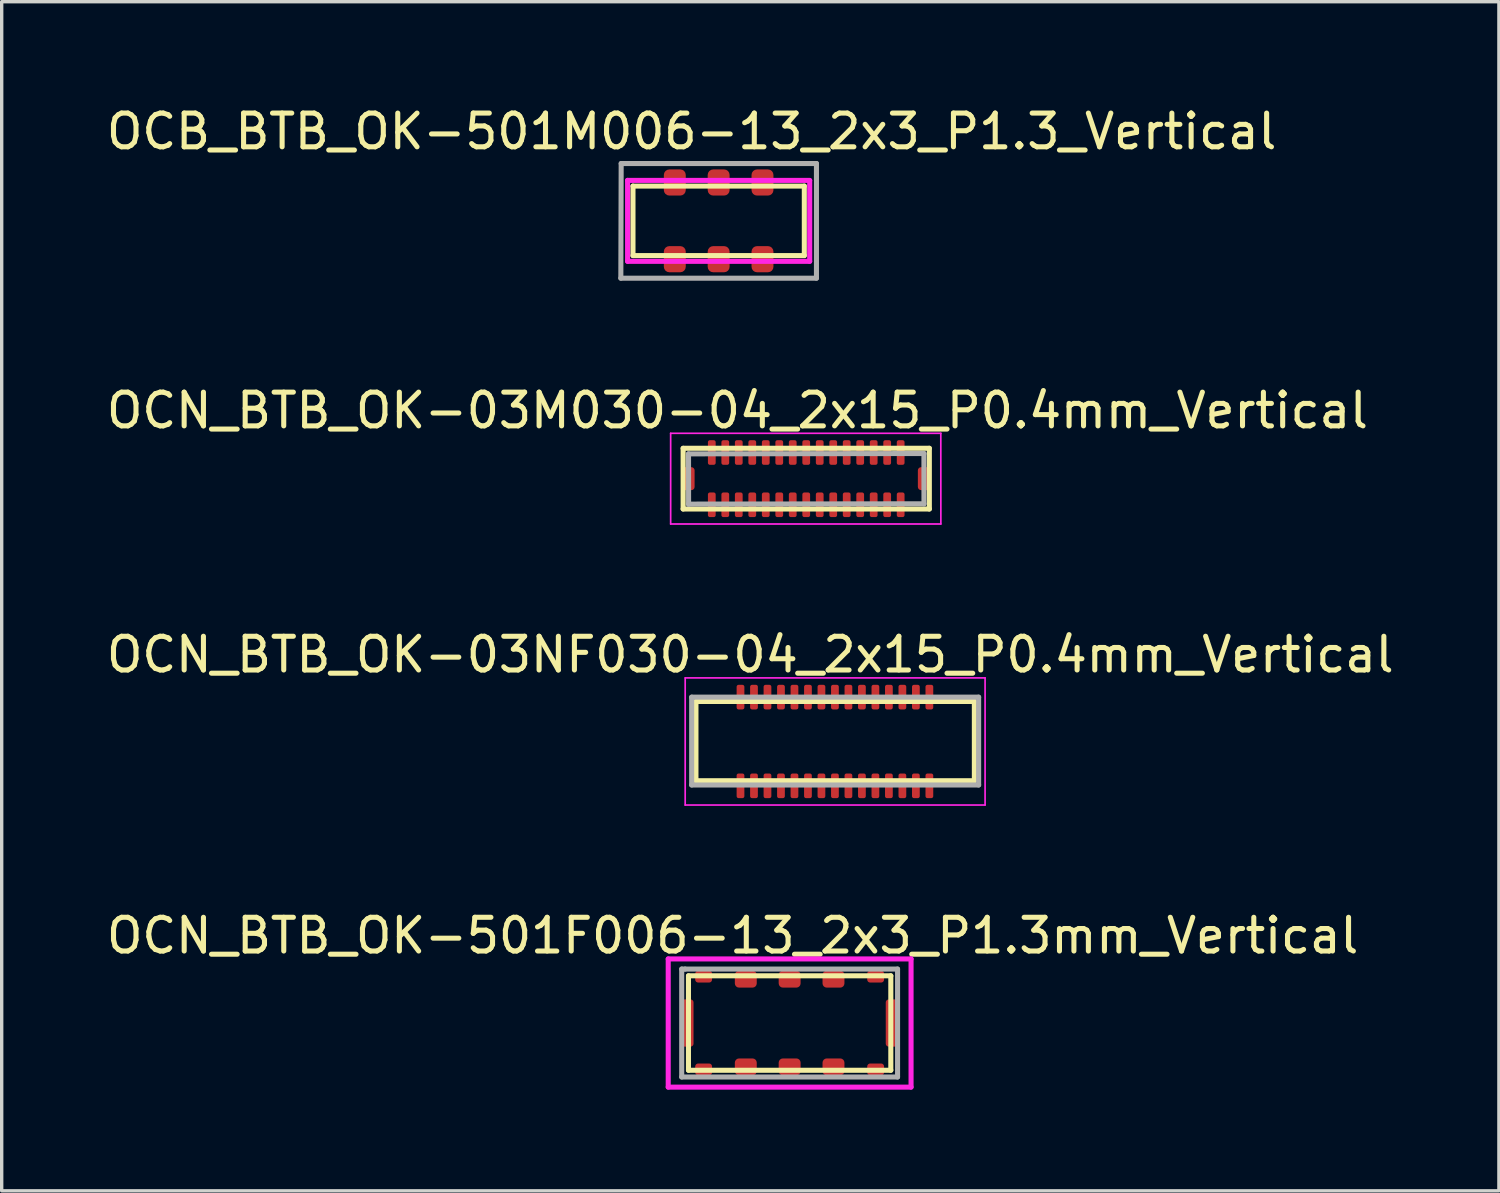
<source format=kicad_pcb>
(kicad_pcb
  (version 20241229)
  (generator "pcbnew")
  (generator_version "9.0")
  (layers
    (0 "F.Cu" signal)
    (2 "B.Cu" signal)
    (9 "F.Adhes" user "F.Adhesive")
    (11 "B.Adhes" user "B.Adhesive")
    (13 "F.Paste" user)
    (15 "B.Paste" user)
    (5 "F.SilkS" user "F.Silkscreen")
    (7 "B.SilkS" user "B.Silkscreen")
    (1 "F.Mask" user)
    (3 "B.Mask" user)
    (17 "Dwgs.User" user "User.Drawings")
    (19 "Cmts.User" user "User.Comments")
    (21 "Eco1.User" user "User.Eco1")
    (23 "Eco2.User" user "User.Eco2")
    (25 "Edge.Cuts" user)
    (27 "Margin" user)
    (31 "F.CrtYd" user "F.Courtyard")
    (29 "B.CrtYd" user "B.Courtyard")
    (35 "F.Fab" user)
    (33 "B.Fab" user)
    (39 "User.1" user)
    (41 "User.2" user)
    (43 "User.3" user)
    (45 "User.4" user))
  (footprint "OCB_BTB_OK-501M006-13_2x3_P1.3_Vertical"
    (layer "F.Cu")
    (at 18.258 3.498)
    (property "Reference" "OCB_BTB_OK-501M006-13_2x3_P1.3_Vertical" (at -0.8 -2.65 0) (layer "F.SilkS") (effects (font (size 1 1) (thickness 0.15))))
    (attr smd)
    (fp_line (start -2.54 -1.03) (end -2.54 1.03) (stroke (width 0.15) (type solid)) (layer "F.SilkS"))
    (fp_line (start -2.54 -1.03) (end 2.54 -1.03) (stroke (width 0.15) (type solid)) (layer "F.SilkS"))
    (fp_line (start -2.54 1.03) (end 2.54 1.03) (stroke (width 0.15) (type solid)) (layer "F.SilkS"))
    (fp_line (start 2.54 -1.03) (end 2.54 1.03) (stroke (width 0.15) (type solid)) (layer "F.SilkS"))
    (fp_line (start -2.7 -1.2) (end -2.7 1.2) (stroke (width 0.15) (type solid)) (layer "F.CrtYd"))
    (fp_line (start -2.7 1.2) (end 2.7 1.2) (stroke (width 0.15) (type solid)) (layer "F.CrtYd"))
    (fp_line (start 2.7 -1.2) (end -2.7 -1.2) (stroke (width 0.15) (type solid)) (layer "F.CrtYd"))
    (fp_line (start 2.7 1.2) (end 2.7 -1.19) (stroke (width 0.15) (type solid)) (layer "F.CrtYd"))
    (fp_line (start -2.9 1.7) (end -2.89 -1.7) (stroke (width 0.15) (type solid)) (layer "F.Fab"))
    (fp_line (start -2.89 -1.7) (end 2.9 -1.7) (stroke (width 0.15) (type solid)) (layer "F.Fab"))
    (fp_line (start 2.9 -1.7) (end 2.9 1.7) (stroke (width 0.15) (type solid)) (layer "F.Fab"))
    (fp_line (start 2.9 1.7) (end -2.9 1.7) (stroke (width 0.15) (type solid)) (layer "F.Fab"))
    (pad "1" smd roundrect (at -1.3 -1.137 180) (size 0.65 0.775) (layers "F.Cu" "F.Mask" "F.Paste") (roundrect_rratio 0.25))
    (pad "2" smd roundrect (at 0 -1.137 180) (size 0.65 0.775) (layers "F.Cu" "F.Mask" "F.Paste") (roundrect_rratio 0.25))
    (pad "3" smd roundrect (at 1.3 -1.137 180) (size 0.65 0.775) (layers "F.Cu" "F.Mask" "F.Paste") (roundrect_rratio 0.25))
    (pad "4" smd roundrect (at 1.3 1.137 180) (size 0.65 0.775) (layers "F.Cu" "F.Mask" "F.Paste") (roundrect_rratio 0.25))
    (pad "5" smd roundrect (at 0 1.137 180) (size 0.65 0.775) (layers "F.Cu" "F.Mask" "F.Paste") (roundrect_rratio 0.25))
    (pad "6" smd roundrect (at -1.3 1.137 180) (size 0.65 0.775) (layers "F.Cu" "F.Mask" "F.Paste") (roundrect_rratio 0.25)))
  (footprint "OCN_BTB_OK-03M030-04_2x15_P0.4mm_Vertical"
    (layer "F.Cu")
    (at 20.855 11.142)
    (property "Reference" "OCN_BTB_OK-03M030-04_2x15_P0.4mm_Vertical" (at -2.04 -2.02 0) (layer "F.SilkS") (effects (font (size 1 1) (thickness 0.15))))
    (attr smd)
    (fp_line (start -3.65 -0.9) (end 3.65 -0.9) (stroke (width 0.15) (type solid)) (layer "F.SilkS"))
    (fp_line (start -3.65 0.9) (end -3.65 -0.9) (stroke (width 0.15) (type solid)) (layer "F.SilkS"))
    (fp_line (start 3.65 -0.9) (end 3.65 0.9) (stroke (width 0.15) (type solid)) (layer "F.SilkS"))
    (fp_line (start 3.65 0.9) (end -3.65 0.9) (stroke (width 0.15) (type solid)) (layer "F.SilkS"))
    (fp_line (start -4.02 -1.345) (end 3.99 -1.345) (stroke (width 0.05) (type solid)) (layer "F.CrtYd"))
    (fp_line (start -4.02 1.345) (end -4.02 -1.345) (stroke (width 0.05) (type solid)) (layer "F.CrtYd"))
    (fp_line (start 3.99 1.345) (end -4.02 1.345) (stroke (width 0.05) (type solid)) (layer "F.CrtYd"))
    (fp_line (start 3.992 1.345) (end 3.99 -1.345) (stroke (width 0.05) (type solid)) (layer "F.CrtYd"))
    (fp_line (start -3.49 -0.735) (end 3.49 -0.745) (stroke (width 0.15) (type solid)) (layer "F.Fab"))
    (fp_line (start -3.488 0.76) (end -3.49 -0.735) (stroke (width 0.15) (type solid)) (layer "F.Fab"))
    (fp_line (start 3.49 -0.745) (end 3.491 0.75) (stroke (width 0.15) (type solid)) (layer "F.Fab"))
    (fp_line (start 3.49 0.745) (end -3.49 0.755) (stroke (width 0.15) (type solid)) (layer "F.Fab"))
    (pad "1" smd roundrect (at -2.8 -0.775 90) (size 0.73 0.23) (layers "F.Cu" "F.Mask" "F.Paste") (roundrect_rratio 0.25))
    (pad "2" smd roundrect (at -2.4 -0.775 90) (size 0.73 0.23) (layers "F.Cu" "F.Mask" "F.Paste") (roundrect_rratio 0.25))
    (pad "3" smd roundrect (at -2 -0.775 90) (size 0.73 0.23) (layers "F.Cu" "F.Mask" "F.Paste") (roundrect_rratio 0.25))
    (pad "4" smd roundrect (at -1.6 -0.775 90) (size 0.73 0.23) (layers "F.Cu" "F.Mask" "F.Paste") (roundrect_rratio 0.25))
    (pad "5" smd roundrect (at -1.2 -0.775 90) (size 0.73 0.23) (layers "F.Cu" "F.Mask" "F.Paste") (roundrect_rratio 0.25))
    (pad "6" smd roundrect (at -0.8 -0.775 90) (size 0.73 0.23) (layers "F.Cu" "F.Mask" "F.Paste") (roundrect_rratio 0.25))
    (pad "7" smd roundrect (at -0.4 -0.775 90) (size 0.73 0.23) (layers "F.Cu" "F.Mask" "F.Paste") (roundrect_rratio 0.25))
    (pad "8" smd roundrect (at 0 -0.775 90) (size 0.73 0.23) (layers "F.Cu" "F.Mask" "F.Paste") (roundrect_rratio 0.25))
    (pad "9" smd roundrect (at 0.4 -0.775 90) (size 0.73 0.23) (layers "F.Cu" "F.Mask" "F.Paste") (roundrect_rratio 0.25))
    (pad "10" smd roundrect (at 0.8 -0.775 90) (size 0.73 0.23) (layers "F.Cu" "F.Mask" "F.Paste") (roundrect_rratio 0.25))
    (pad "11" smd roundrect (at 1.2 -0.775 90) (size 0.73 0.23) (layers "F.Cu" "F.Mask" "F.Paste") (roundrect_rratio 0.25))
    (pad "12" smd roundrect (at 1.6 -0.775 90) (size 0.73 0.23) (layers "F.Cu" "F.Mask" "F.Paste") (roundrect_rratio 0.25))
    (pad "13" smd roundrect (at 2 -0.775 90) (size 0.73 0.23) (layers "F.Cu" "F.Mask" "F.Paste") (roundrect_rratio 0.25))
    (pad "14" smd roundrect (at 2.4 -0.775 90) (size 0.73 0.23) (layers "F.Cu" "F.Mask" "F.Paste") (roundrect_rratio 0.25))
    (pad "15" smd roundrect (at 2.8 -0.775 90) (size 0.73 0.23) (layers "F.Cu" "F.Mask" "F.Paste") (roundrect_rratio 0.25))
    (pad "16" smd roundrect (at 2.8 0.775 90) (size 0.73 0.23) (layers "F.Cu" "F.Mask" "F.Paste") (roundrect_rratio 0.25))
    (pad "17" smd roundrect (at 2.4 0.775 90) (size 0.73 0.23) (layers "F.Cu" "F.Mask" "F.Paste") (roundrect_rratio 0.25))
    (pad "18" smd roundrect (at 2 0.775 90) (size 0.73 0.23) (layers "F.Cu" "F.Mask" "F.Paste") (roundrect_rratio 0.25))
    (pad "19" smd roundrect (at 1.6 0.775 90) (size 0.73 0.23) (layers "F.Cu" "F.Mask" "F.Paste") (roundrect_rratio 0.25))
    (pad "20" smd roundrect (at 1.2 0.775 90) (size 0.73 0.23) (layers "F.Cu" "F.Mask" "F.Paste") (roundrect_rratio 0.25))
    (pad "21" smd roundrect (at 0.8 0.775 90) (size 0.73 0.23) (layers "F.Cu" "F.Mask" "F.Paste") (roundrect_rratio 0.25))
    (pad "22" smd roundrect (at 0.4 0.775 90) (size 0.73 0.23) (layers "F.Cu" "F.Mask" "F.Paste") (roundrect_rratio 0.25))
    (pad "23" smd roundrect (at 0 0.775 90) (size 0.73 0.23) (layers "F.Cu" "F.Mask" "F.Paste") (roundrect_rratio 0.25))
    (pad "24" smd roundrect (at -0.4 0.775 90) (size 0.73 0.23) (layers "F.Cu" "F.Mask" "F.Paste") (roundrect_rratio 0.25))
    (pad "25" smd roundrect (at -0.8 0.775 90) (size 0.73 0.23) (layers "F.Cu" "F.Mask" "F.Paste") (roundrect_rratio 0.25))
    (pad "26" smd roundrect (at -1.2 0.775 90) (size 0.73 0.23) (layers "F.Cu" "F.Mask" "F.Paste") (roundrect_rratio 0.25))
    (pad "27" smd roundrect (at -1.6 0.775 90) (size 0.73 0.23) (layers "F.Cu" "F.Mask" "F.Paste") (roundrect_rratio 0.25))
    (pad "28" smd roundrect (at -2 0.775 90) (size 0.73 0.23) (layers "F.Cu" "F.Mask" "F.Paste") (roundrect_rratio 0.25))
    (pad "29" smd roundrect (at -2.4 0.775 90) (size 0.73 0.23) (layers "F.Cu" "F.Mask" "F.Paste") (roundrect_rratio 0.25))
    (pad "30" smd roundrect (at -2.8 0.775 90) (size 0.73 0.23) (layers "F.Cu" "F.Mask" "F.Paste") (roundrect_rratio 0.25))
    (pad "MP" smd roundrect (at -3.5 0 90) (size 0.68 0.38) (layers "F.Cu" "F.Mask" "F.Paste") (roundrect_rratio 0.25))
    (pad "MP" smd roundrect (at 3.5 0 90) (size 0.68 0.38) (layers "F.Cu" "F.Mask" "F.Paste") (roundrect_rratio 0.25)))
  (footprint "OCN_BTB_OK-03NF030-04_2x15_P0.4mm_Vertical"
    (layer "F.Cu")
    (at 21.706 18.85)
    (property "Reference" "OCN_BTB_OK-03NF030-04_2x15_P0.4mm_Vertical" (at -2.51 -2.49 0) (layer "F.SilkS") (effects (font (size 1 1) (thickness 0.15))))
    (attr smd)
    (fp_line (start -4.121 -1.102) (end 4.134 -1.102) (stroke (width 0.15) (type solid)) (layer "F.SilkS"))
    (fp_line (start -4.121 1.248) (end -4.121 -1.102) (stroke (width 0.15) (type solid)) (layer "F.SilkS"))
    (fp_line (start 4.134 -1.102) (end 4.134 1.248) (stroke (width 0.15) (type solid)) (layer "F.SilkS"))
    (fp_line (start 4.134 1.248) (end -4.121 1.248) (stroke (width 0.15) (type solid)) (layer "F.SilkS"))
    (fp_line (start -4.44 1.97) (end -4.44 -1.8) (stroke (width 0.05) (type solid)) (layer "F.CrtYd"))
    (fp_line (start -4.438 -1.8) (end 4.452 -1.8) (stroke (width 0.05) (type solid)) (layer "F.CrtYd"))
    (fp_line (start 4.45 1.97) (end -4.44 1.97) (stroke (width 0.05) (type solid)) (layer "F.CrtYd"))
    (fp_line (start 4.452 1.97) (end 4.452 -1.8) (stroke (width 0.05) (type solid)) (layer "F.CrtYd"))
    (fp_line (start -4.248 -1.229) (end 4.261 -1.229) (stroke (width 0.15) (type solid)) (layer "F.Fab"))
    (fp_line (start -4.248 1.375) (end -4.248 -1.229) (stroke (width 0.15) (type solid)) (layer "F.Fab"))
    (fp_line (start 4.261 -1.229) (end 4.261 1.375) (stroke (width 0.15) (type solid)) (layer "F.Fab"))
    (fp_line (start 4.261 1.375) (end -4.248 1.375) (stroke (width 0.15) (type solid)) (layer "F.Fab"))
    (pad "1" smd roundrect (at -2.8 1.4 90) (size 0.73 0.23) (layers "F.Cu" "F.Mask" "F.Paste") (roundrect_rratio 0.25))
    (pad "2" smd roundrect (at -2.4 1.4 90) (size 0.73 0.23) (layers "F.Cu" "F.Mask" "F.Paste") (roundrect_rratio 0.25))
    (pad "3" smd roundrect (at -2 1.4 90) (size 0.73 0.23) (layers "F.Cu" "F.Mask" "F.Paste") (roundrect_rratio 0.25))
    (pad "4" smd roundrect (at -1.6 1.4 90) (size 0.73 0.23) (layers "F.Cu" "F.Mask" "F.Paste") (roundrect_rratio 0.25))
    (pad "5" smd roundrect (at -1.2 1.4 90) (size 0.73 0.23) (layers "F.Cu" "F.Mask" "F.Paste") (roundrect_rratio 0.25))
    (pad "6" smd roundrect (at -0.8 1.4 90) (size 0.73 0.23) (layers "F.Cu" "F.Mask" "F.Paste") (roundrect_rratio 0.25))
    (pad "7" smd roundrect (at -0.4 1.4 90) (size 0.73 0.23) (layers "F.Cu" "F.Mask" "F.Paste") (roundrect_rratio 0.25))
    (pad "8" smd roundrect (at 0 1.4 90) (size 0.73 0.23) (layers "F.Cu" "F.Mask" "F.Paste") (roundrect_rratio 0.25))
    (pad "9" smd roundrect (at 0.4 1.4 90) (size 0.73 0.23) (layers "F.Cu" "F.Mask" "F.Paste") (roundrect_rratio 0.25))
    (pad "10" smd roundrect (at 0.8 1.4 90) (size 0.73 0.23) (layers "F.Cu" "F.Mask" "F.Paste") (roundrect_rratio 0.25))
    (pad "11" smd roundrect (at 1.2 1.4 90) (size 0.73 0.23) (layers "F.Cu" "F.Mask" "F.Paste") (roundrect_rratio 0.25))
    (pad "12" smd roundrect (at 1.6 1.4 90) (size 0.73 0.23) (layers "F.Cu" "F.Mask" "F.Paste") (roundrect_rratio 0.25))
    (pad "13" smd roundrect (at 2 1.4 90) (size 0.73 0.23) (layers "F.Cu" "F.Mask" "F.Paste") (roundrect_rratio 0.25))
    (pad "14" smd roundrect (at 2.4 1.4 90) (size 0.73 0.23) (layers "F.Cu" "F.Mask" "F.Paste") (roundrect_rratio 0.25))
    (pad "15" smd roundrect (at 2.8 1.4 90) (size 0.73 0.23) (layers "F.Cu" "F.Mask" "F.Paste") (roundrect_rratio 0.25))
    (pad "16" smd roundrect (at 2.8 -1.23 90) (size 0.73 0.23) (layers "F.Cu" "F.Mask" "F.Paste") (roundrect_rratio 0.25))
    (pad "17" smd roundrect (at 2.4 -1.23 90) (size 0.73 0.23) (layers "F.Cu" "F.Mask" "F.Paste") (roundrect_rratio 0.25))
    (pad "18" smd roundrect (at 2 -1.23 90) (size 0.73 0.23) (layers "F.Cu" "F.Mask" "F.Paste") (roundrect_rratio 0.25))
    (pad "19" smd roundrect (at 1.6 -1.23 90) (size 0.73 0.23) (layers "F.Cu" "F.Mask" "F.Paste") (roundrect_rratio 0.25))
    (pad "20" smd roundrect (at 1.2 -1.23 90) (size 0.73 0.23) (layers "F.Cu" "F.Mask" "F.Paste") (roundrect_rratio 0.25))
    (pad "21" smd roundrect (at 0.8 -1.23 90) (size 0.73 0.23) (layers "F.Cu" "F.Mask" "F.Paste") (roundrect_rratio 0.25))
    (pad "22" smd roundrect (at 0.4 -1.23 90) (size 0.73 0.23) (layers "F.Cu" "F.Mask" "F.Paste") (roundrect_rratio 0.25))
    (pad "23" smd roundrect (at 0 -1.23 90) (size 0.73 0.23) (layers "F.Cu" "F.Mask" "F.Paste") (roundrect_rratio 0.25))
    (pad "24" smd roundrect (at -0.4 -1.23 90) (size 0.73 0.23) (layers "F.Cu" "F.Mask" "F.Paste") (roundrect_rratio 0.25))
    (pad "25" smd roundrect (at -0.8 -1.23 90) (size 0.73 0.23) (layers "F.Cu" "F.Mask" "F.Paste") (roundrect_rratio 0.25))
    (pad "26" smd roundrect (at -1.2 -1.23 90) (size 0.73 0.23) (layers "F.Cu" "F.Mask" "F.Paste") (roundrect_rratio 0.25))
    (pad "27" smd roundrect (at -1.6 -1.23 90) (size 0.73 0.23) (layers "F.Cu" "F.Mask" "F.Paste") (roundrect_rratio 0.25))
    (pad "28" smd roundrect (at -2 -1.23 90) (size 0.73 0.23) (layers "F.Cu" "F.Mask" "F.Paste") (roundrect_rratio 0.25))
    (pad "29" smd roundrect (at -2.4 -1.23 90) (size 0.73 0.23) (layers "F.Cu" "F.Mask" "F.Paste") (roundrect_rratio 0.25))
    (pad "30" smd roundrect (at -2.8 -1.23 90) (size 0.73 0.23) (layers "F.Cu" "F.Mask" "F.Paste") (roundrect_rratio 0.25)))
  (footprint "OCN_BTB_OK-501F006-13_2x3_P1.3mm_Vertical"
    (layer "F.Cu")
    (at 20.363 27.283)
    (property "Reference" "OCN_BTB_OK-501F006-13_2x3_P1.3mm_Vertical" (at -1.69 -2.59 0) (layer "F.SilkS") (effects (font (size 1 1) (thickness 0.15))))
    (attr smd)
    (fp_line (start -3 -1.4) (end -3 1.4) (stroke (width 0.15) (type solid)) (layer "F.SilkS"))
    (fp_line (start 3 -1.4) (end -3 -1.4) (stroke (width 0.15) (type solid)) (layer "F.SilkS"))
    (fp_line (start 3 -1.4) (end 3 1.4) (stroke (width 0.15) (type solid)) (layer "F.SilkS"))
    (fp_line (start 3 1.4) (end -3 1.4) (stroke (width 0.15) (type solid)) (layer "F.SilkS"))
    (fp_line (start -3.6 -1.9) (end 3.6 -1.9) (stroke (width 0.15) (type solid)) (layer "F.CrtYd"))
    (fp_line (start -3.6 1.9) (end -3.6 -1.9) (stroke (width 0.15) (type solid)) (layer "F.CrtYd"))
    (fp_line (start 3.6 -1.9) (end 3.6 1.9) (stroke (width 0.15) (type solid)) (layer "F.CrtYd"))
    (fp_line (start 3.6 1.9) (end -3.6 1.9) (stroke (width 0.15) (type solid)) (layer "F.CrtYd"))
    (fp_line (start -3.2 -1.6) (end -3.1 -1.6) (stroke (width 0.15) (type solid)) (layer "F.Fab"))
    (fp_line (start -3.2 1.6) (end -3.2 -1.6) (stroke (width 0.15) (type solid)) (layer "F.Fab"))
    (fp_line (start -3.1 -1.6) (end 3.2 -1.6) (stroke (width 0.15) (type solid)) (layer "F.Fab"))
    (fp_line (start 3.2 -1.6) (end 3.2 1.6) (stroke (width 0.15) (type solid)) (layer "F.Fab"))
    (fp_line (start 3.2 1.6) (end -3.2 1.6) (stroke (width 0.15) (type solid)) (layer "F.Fab"))
    (pad "1" smd roundrect (at -1.3 1.3) (size 0.65 0.5) (layers "F.Cu" "F.Mask" "F.Paste") (roundrect_rratio 0.25))
    (pad "2" smd roundrect (at 0 1.3) (size 0.65 0.5) (layers "F.Cu" "F.Mask" "F.Paste") (roundrect_rratio 0.25))
    (pad "3" smd roundrect (at 1.3 1.3) (size 0.65 0.5) (layers "F.Cu" "F.Mask" "F.Paste") (roundrect_rratio 0.25))
    (pad "4" smd roundrect (at 1.3 -1.3) (size 0.65 0.5) (layers "F.Cu" "F.Mask" "F.Paste") (roundrect_rratio 0.25))
    (pad "5" smd roundrect (at 0 -1.3) (size 0.65 0.5) (layers "F.Cu" "F.Mask" "F.Paste") (roundrect_rratio 0.25))
    (pad "6" smd roundrect (at -1.3 -1.3) (size 0.65 0.5) (layers "F.Cu" "F.Mask" "F.Paste") (roundrect_rratio 0.25))
    (pad "MP" smd roundrect (at -3.025 0) (size 0.35 1.4) (layers "F.Cu" "F.Mask" "F.Paste") (roundrect_rratio 0.25))
    (pad "MP" smd roundrect (at -2.55 -1.375) (size 0.5 0.35) (layers "F.Cu" "F.Mask" "F.Paste") (roundrect_rratio 0.25))
    (pad "MP" smd roundrect (at -2.55 1.375) (size 0.5 0.35) (layers "F.Cu" "F.Mask" "F.Paste") (roundrect_rratio 0.25))
    (pad "MP" smd roundrect (at 2.55 -1.375) (size 0.5 0.35) (layers "F.Cu" "F.Mask" "F.Paste") (roundrect_rratio 0.25))
    (pad "MP" smd roundrect (at 2.55 1.375) (size 0.5 0.35) (layers "F.Cu" "F.Mask" "F.Paste") (roundrect_rratio 0.25))
    (pad "MP" smd roundrect (at 3.025 0) (size 0.35 1.4) (layers "F.Cu" "F.Mask" "F.Paste") (roundrect_rratio 0.25)))
  (gr_rect
    (start -3 -3)
    (end 41.393 32.258)
    (stroke (width 0.1) (type default))
    (fill no)
    (layer "Edge.Cuts")))
</source>
